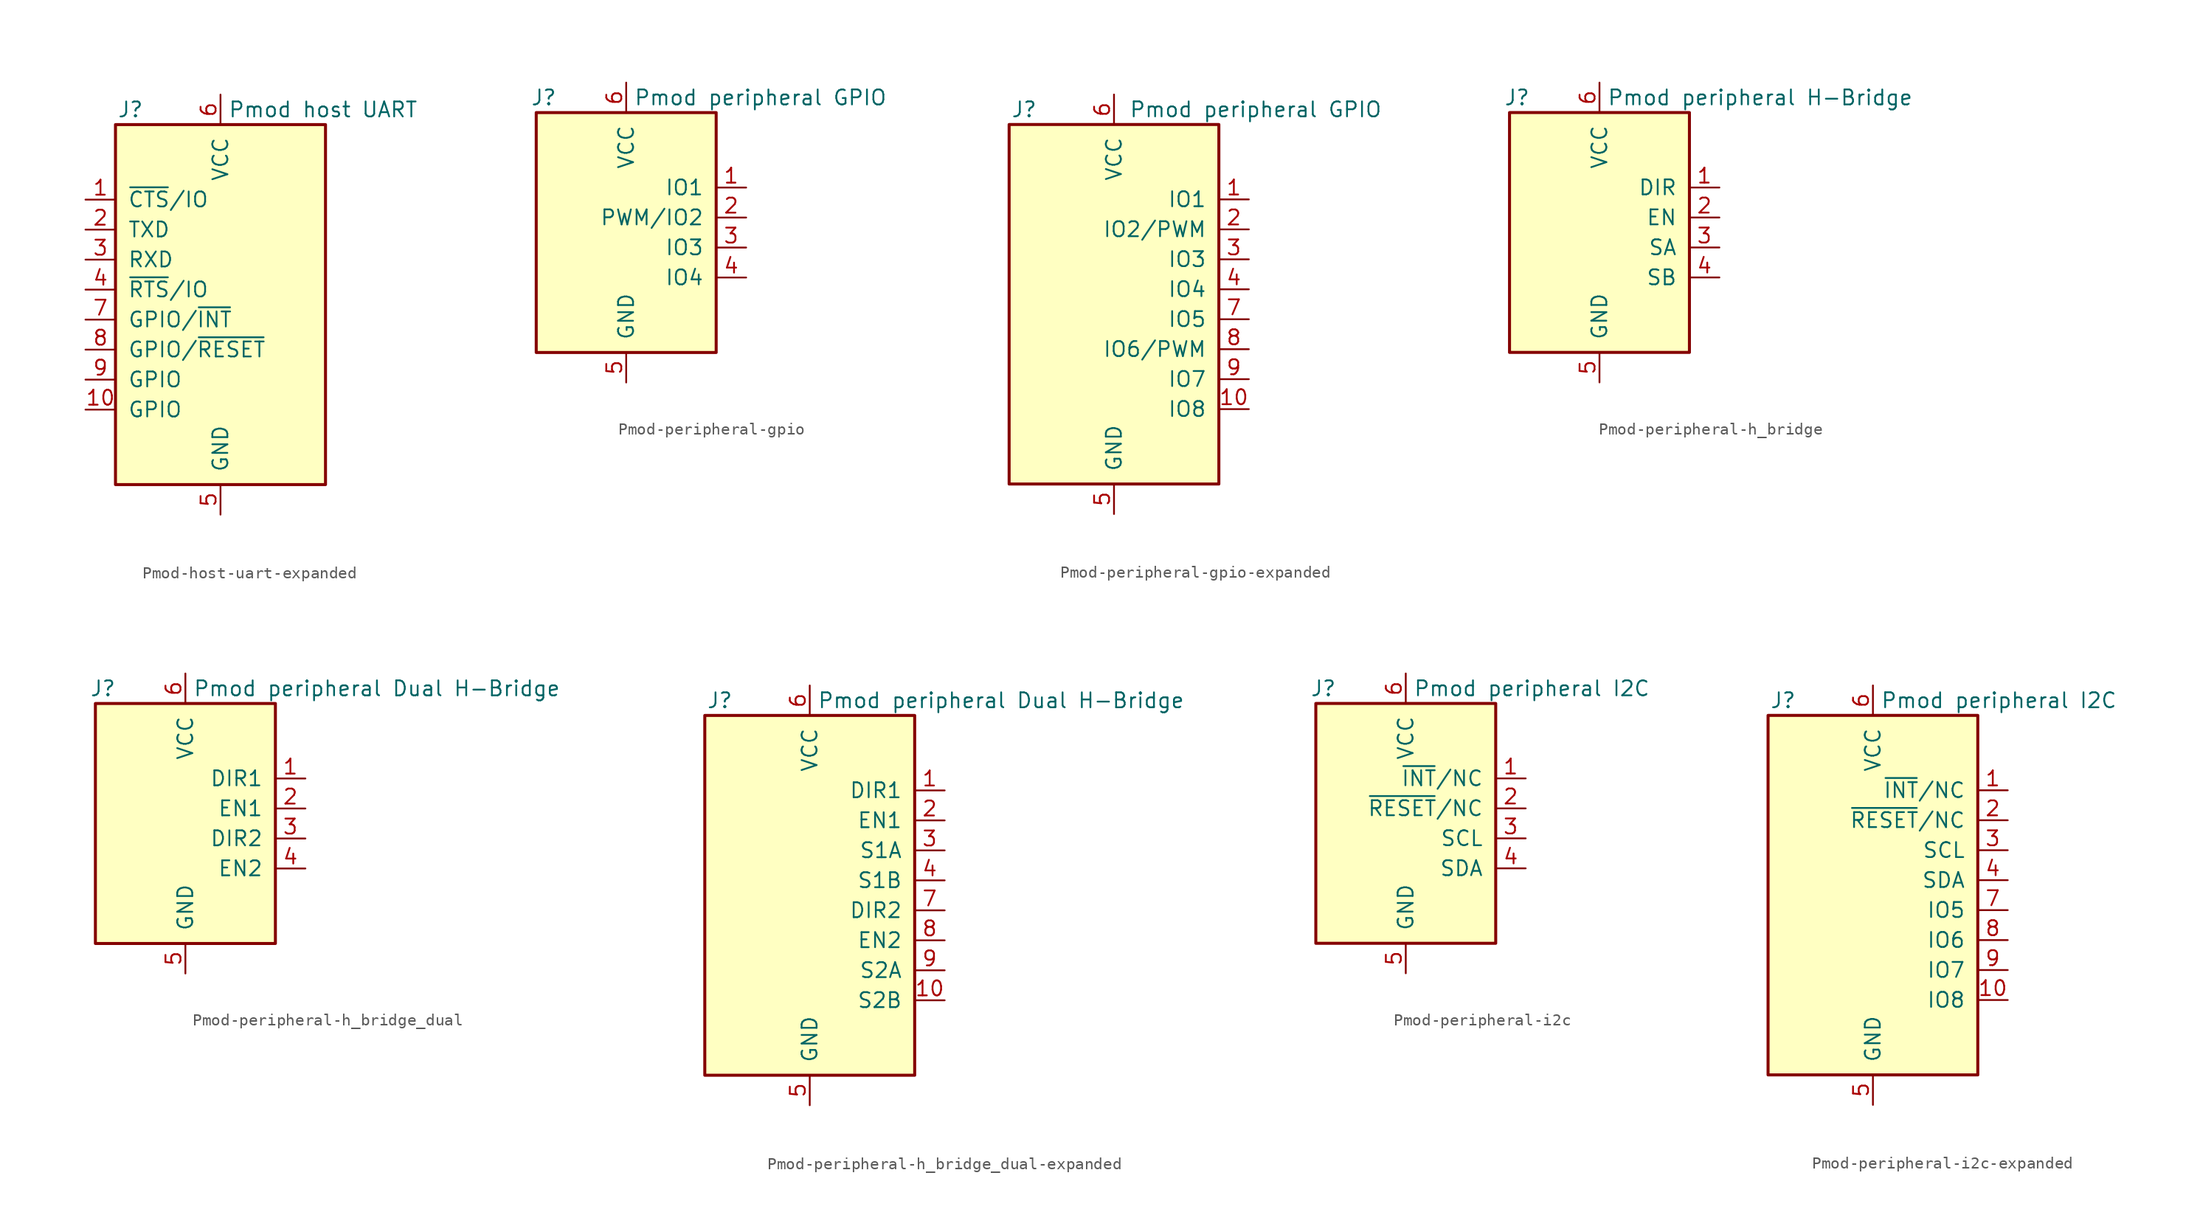
<source format=kicad_sym>
(kicad_symbol_lib
  (version 20220914)
  (generator kicad_symbol_editor)
  (symbol "Pmod-host-uart-expanded"
    (pin_names
      (offset 1.016))
    (property "Reference" "J"
      (at -7.62 16.51 0)
      (effects (font (size 1.27 1.27))))
    (property "Value" "Pmod host UART"
      (at 0.635 16.51 0)
      (effects (font (size 1.27 1.27)) (justify left)))
    (symbol "Pmod-host-uart-expanded_0_1"
      (rectangle (start -8.89 15.24) (end 8.89 -15.24) (stroke (width 0.254) (type default)) (fill (type background))))
    (symbol "Pmod-host-uart-expanded_1_1"
      (pin output line (at -11.43 8.89 0) (length 2.54) (name "~{CTS}/IO" (effects (font (size 1.27 1.27)))) (number "1" (effects (font (size 1.27 1.27)))))
      (pin bidirectional line (at -11.43 -8.89 0) (length 2.54) (name "GPIO" (effects (font (size 1.27 1.27)))) (number "10" (effects (font (size 1.27 1.27)))))
      (pin passive line (at 0 -17.78 90) (length 2.54) hide (name "GND" (effects (font (size 1.27 1.27)))) (number "11" (effects (font (size 1.27 1.27)))))
      (pin passive line (at 0 17.78 270) (length 2.54) hide (name "VCC" (effects (font (size 1.27 1.27)))) (number "12" (effects (font (size 1.27 1.27)))))
      (pin input line (at -11.43 6.35 0) (length 2.54) (name "TXD" (effects (font (size 1.27 1.27)))) (number "2" (effects (font (size 1.27 1.27)))))
      (pin output line (at -11.43 3.81 0) (length 2.54) (name "RXD" (effects (font (size 1.27 1.27)))) (number "3" (effects (font (size 1.27 1.27)))))
      (pin input line (at -11.43 1.27 0) (length 2.54) (name "~{RTS}/IO" (effects (font (size 1.27 1.27)))) (number "4" (effects (font (size 1.27 1.27)))))
      (pin power_in line (at 0 -17.78 90) (length 2.54) (name "GND" (effects (font (size 1.27 1.27)))) (number "5" (effects (font (size 1.27 1.27)))))
      (pin power_in line (at 0 17.78 270) (length 2.54) (name "VCC" (effects (font (size 1.27 1.27)))) (number "6" (effects (font (size 1.27 1.27)))))
      (pin bidirectional line (at -11.43 -1.27 0) (length 2.54) (name "GPIO/~{INT}" (effects (font (size 1.27 1.27)))) (number "7" (effects (font (size 1.27 1.27)))))
      (pin bidirectional line (at -11.43 -3.81 0) (length 2.54) (name "GPIO/~{RESET}" (effects (font (size 1.27 1.27)))) (number "8" (effects (font (size 1.27 1.27)))))
      (pin bidirectional line (at -11.43 -6.35 0) (length 2.54) (name "GPIO" (effects (font (size 1.27 1.27)))) (number "9" (effects (font (size 1.27 1.27)))))))
  (symbol "Pmod-peripheral-gpio"
    (pin_names
      (offset 1.016))
    (property "Reference" "J"
      (at -6.985 11.43 0)
      (effects (font (size 1.27 1.27))))
    (property "Value" "Pmod peripheral GPIO"
      (at 0.635 11.43 0)
      (effects (font (size 1.27 1.27)) (justify left)))
    (symbol "Pmod-peripheral-gpio_0_1"
      (rectangle (start -7.62 10.16) (end 7.62 -10.16) (stroke (width 0.254) (type default)) (fill (type background))))
    (symbol "Pmod-peripheral-gpio_1_1"
      (pin bidirectional line (at 10.16 3.81 180) (length 2.54) (name "IO1" (effects (font (size 1.27 1.27)))) (number "1" (effects (font (size 1.27 1.27)))))
      (pin bidirectional line (at 10.16 1.27 180) (length 2.54) (name "PWM/IO2" (effects (font (size 1.27 1.27)))) (number "2" (effects (font (size 1.27 1.27)))))
      (pin bidirectional line (at 10.16 -1.27 180) (length 2.54) (name "IO3" (effects (font (size 1.27 1.27)))) (number "3" (effects (font (size 1.27 1.27)))))
      (pin bidirectional line (at 10.16 -3.81 180) (length 2.54) (name "IO4" (effects (font (size 1.27 1.27)))) (number "4" (effects (font (size 1.27 1.27)))))
      (pin power_in line (at 0 -12.7 90) (length 2.54) (name "GND" (effects (font (size 1.27 1.27)))) (number "5" (effects (font (size 1.27 1.27)))))
      (pin power_in line (at 0 12.7 270) (length 2.54) (name "VCC" (effects (font (size 1.27 1.27)))) (number "6" (effects (font (size 1.27 1.27)))))))
  (symbol "Pmod-peripheral-gpio-expanded"
    (pin_names
      (offset 1.016))
    (property "Reference" "J"
      (at -7.62 16.51 0)
      (effects (font (size 1.27 1.27))))
    (property "Value" "Pmod peripheral GPIO"
      (at 1.27 16.51 0)
      (effects (font (size 1.27 1.27)) (justify left)))
    (symbol "Pmod-peripheral-gpio-expanded_0_1"
      (rectangle (start -8.89 15.24) (end 8.89 -15.24) (stroke (width 0.254) (type default)) (fill (type background))))
    (symbol "Pmod-peripheral-gpio-expanded_1_1"
      (pin bidirectional line (at 11.43 8.89 180) (length 2.54) (name "IO1" (effects (font (size 1.27 1.27)))) (number "1" (effects (font (size 1.27 1.27)))))
      (pin bidirectional line (at 11.43 -8.89 180) (length 2.54) (name "IO8" (effects (font (size 1.27 1.27)))) (number "10" (effects (font (size 1.27 1.27)))))
      (pin passive line (at 0 -17.78 90) (length 2.54) hide (name "GND" (effects (font (size 1.27 1.27)))) (number "11" (effects (font (size 1.27 1.27)))))
      (pin passive line (at 0 17.78 270) (length 2.54) hide (name "VCC" (effects (font (size 1.27 1.27)))) (number "12" (effects (font (size 1.27 1.27)))))
      (pin bidirectional line (at 11.43 6.35 180) (length 2.54) (name "IO2/PWM" (effects (font (size 1.27 1.27)))) (number "2" (effects (font (size 1.27 1.27)))))
      (pin bidirectional line (at 11.43 3.81 180) (length 2.54) (name "IO3" (effects (font (size 1.27 1.27)))) (number "3" (effects (font (size 1.27 1.27)))))
      (pin bidirectional line (at 11.43 1.27 180) (length 2.54) (name "IO4" (effects (font (size 1.27 1.27)))) (number "4" (effects (font (size 1.27 1.27)))))
      (pin power_in line (at 0 -17.78 90) (length 2.54) (name "GND" (effects (font (size 1.27 1.27)))) (number "5" (effects (font (size 1.27 1.27)))))
      (pin power_in line (at 0 17.78 270) (length 2.54) (name "VCC" (effects (font (size 1.27 1.27)))) (number "6" (effects (font (size 1.27 1.27)))))
      (pin bidirectional line (at 11.43 -1.27 180) (length 2.54) (name "IO5" (effects (font (size 1.27 1.27)))) (number "7" (effects (font (size 1.27 1.27)))))
      (pin bidirectional line (at 11.43 -3.81 180) (length 2.54) (name "IO6/PWM" (effects (font (size 1.27 1.27)))) (number "8" (effects (font (size 1.27 1.27)))))
      (pin bidirectional line (at 11.43 -6.35 180) (length 2.54) (name "IO7" (effects (font (size 1.27 1.27)))) (number "9" (effects (font (size 1.27 1.27)))))))
  (symbol "Pmod-peripheral-h_bridge"
    (pin_names
      (offset 1.016))
    (property "Reference" "J"
      (at -6.985 11.43 0)
      (effects (font (size 1.27 1.27))))
    (property "Value" "Pmod peripheral H-Bridge"
      (at 0.635 11.43 0)
      (effects (font (size 1.27 1.27)) (justify left)))
    (symbol "Pmod-peripheral-h_bridge_0_1"
      (rectangle (start -7.62 10.16) (end 7.62 -10.16) (stroke (width 0.254) (type default)) (fill (type background))))
    (symbol "Pmod-peripheral-h_bridge_1_1"
      (pin output line (at 10.16 3.81 180) (length 2.54) (name "DIR" (effects (font (size 1.27 1.27)))) (number "1" (effects (font (size 1.27 1.27)))))
      (pin output line (at 10.16 1.27 180) (length 2.54) (name "EN" (effects (font (size 1.27 1.27)))) (number "2" (effects (font (size 1.27 1.27)))))
      (pin input line (at 10.16 -1.27 180) (length 2.54) (name "SA" (effects (font (size 1.27 1.27)))) (number "3" (effects (font (size 1.27 1.27)))))
      (pin input line (at 10.16 -3.81 180) (length 2.54) (name "SB" (effects (font (size 1.27 1.27)))) (number "4" (effects (font (size 1.27 1.27)))))
      (pin power_in line (at 0 -12.7 90) (length 2.54) (name "GND" (effects (font (size 1.27 1.27)))) (number "5" (effects (font (size 1.27 1.27)))))
      (pin power_in line (at 0 12.7 270) (length 2.54) (name "VCC" (effects (font (size 1.27 1.27)))) (number "6" (effects (font (size 1.27 1.27)))))))
  (symbol "Pmod-peripheral-h_bridge_dual"
    (pin_names
      (offset 1.016))
    (property "Reference" "J"
      (at -6.985 11.43 0)
      (effects (font (size 1.27 1.27))))
    (property "Value" "Pmod peripheral Dual H-Bridge"
      (at 0.635 11.43 0)
      (effects (font (size 1.27 1.27)) (justify left)))
    (symbol "Pmod-peripheral-h_bridge_dual_0_1"
      (rectangle (start -7.62 10.16) (end 7.62 -10.16) (stroke (width 0.254) (type default)) (fill (type background))))
    (symbol "Pmod-peripheral-h_bridge_dual_1_1"
      (pin output line (at 10.16 3.81 180) (length 2.54) (name "DIR1" (effects (font (size 1.27 1.27)))) (number "1" (effects (font (size 1.27 1.27)))))
      (pin output line (at 10.16 1.27 180) (length 2.54) (name "EN1" (effects (font (size 1.27 1.27)))) (number "2" (effects (font (size 1.27 1.27)))))
      (pin output line (at 10.16 -1.27 180) (length 2.54) (name "DIR2" (effects (font (size 1.27 1.27)))) (number "3" (effects (font (size 1.27 1.27)))))
      (pin output line (at 10.16 -3.81 180) (length 2.54) (name "EN2" (effects (font (size 1.27 1.27)))) (number "4" (effects (font (size 1.27 1.27)))))
      (pin power_in line (at 0 -12.7 90) (length 2.54) (name "GND" (effects (font (size 1.27 1.27)))) (number "5" (effects (font (size 1.27 1.27)))))
      (pin power_in line (at 0 12.7 270) (length 2.54) (name "VCC" (effects (font (size 1.27 1.27)))) (number "6" (effects (font (size 1.27 1.27)))))))
  (symbol "Pmod-peripheral-h_bridge_dual-expanded"
    (pin_names
      (offset 1.016))
    (property "Reference" "J"
      (at -7.62 16.51 0)
      (effects (font (size 1.27 1.27))))
    (property "Value" "Pmod peripheral Dual H-Bridge"
      (at 0.635 16.51 0)
      (effects (font (size 1.27 1.27)) (justify left)))
    (symbol "Pmod-peripheral-h_bridge_dual-expanded_0_1"
      (rectangle (start -8.89 15.24) (end 8.89 -15.24) (stroke (width 0.254) (type default)) (fill (type background))))
    (symbol "Pmod-peripheral-h_bridge_dual-expanded_1_1"
      (pin output line (at 11.43 8.89 180) (length 2.54) (name "DIR1" (effects (font (size 1.27 1.27)))) (number "1" (effects (font (size 1.27 1.27)))))
      (pin input line (at 11.43 -8.89 180) (length 2.54) (name "S2B" (effects (font (size 1.27 1.27)))) (number "10" (effects (font (size 1.27 1.27)))))
      (pin passive line (at 0 -17.78 90) (length 2.54) hide (name "GND" (effects (font (size 1.27 1.27)))) (number "11" (effects (font (size 1.27 1.27)))))
      (pin passive line (at 0 17.78 270) (length 2.54) hide (name "VCC" (effects (font (size 1.27 1.27)))) (number "12" (effects (font (size 1.27 1.27)))))
      (pin output line (at 11.43 6.35 180) (length 2.54) (name "EN1" (effects (font (size 1.27 1.27)))) (number "2" (effects (font (size 1.27 1.27)))))
      (pin input line (at 11.43 3.81 180) (length 2.54) (name "S1A" (effects (font (size 1.27 1.27)))) (number "3" (effects (font (size 1.27 1.27)))))
      (pin input line (at 11.43 1.27 180) (length 2.54) (name "S1B" (effects (font (size 1.27 1.27)))) (number "4" (effects (font (size 1.27 1.27)))))
      (pin power_in line (at 0 -17.78 90) (length 2.54) (name "GND" (effects (font (size 1.27 1.27)))) (number "5" (effects (font (size 1.27 1.27)))))
      (pin power_in line (at 0 17.78 270) (length 2.54) (name "VCC" (effects (font (size 1.27 1.27)))) (number "6" (effects (font (size 1.27 1.27)))))
      (pin output line (at 11.43 -1.27 180) (length 2.54) (name "DIR2" (effects (font (size 1.27 1.27)))) (number "7" (effects (font (size 1.27 1.27)))))
      (pin output line (at 11.43 -3.81 180) (length 2.54) (name "EN2" (effects (font (size 1.27 1.27)))) (number "8" (effects (font (size 1.27 1.27)))))
      (pin input line (at 11.43 -6.35 180) (length 2.54) (name "S2A" (effects (font (size 1.27 1.27)))) (number "9" (effects (font (size 1.27 1.27)))))))
  (symbol "Pmod-peripheral-i2c"
    (pin_names
      (offset 1.016))
    (property "Reference" "J"
      (at -6.985 11.43 0)
      (effects (font (size 1.27 1.27))))
    (property "Value" "Pmod peripheral I2C"
      (at 0.635 11.43 0)
      (effects (font (size 1.27 1.27)) (justify left)))
    (symbol "Pmod-peripheral-i2c_0_1"
      (rectangle (start -7.62 10.16) (end 7.62 -10.16) (stroke (width 0.254) (type default)) (fill (type background))))
    (symbol "Pmod-peripheral-i2c_1_1"
      (pin input line (at 10.16 3.81 180) (length 2.54) (name "~{INT}/NC" (effects (font (size 1.27 1.27)))) (number "1" (effects (font (size 1.27 1.27)))))
      (pin output line (at 10.16 1.27 180) (length 2.54) (name "~{RESET}/NC" (effects (font (size 1.27 1.27)))) (number "2" (effects (font (size 1.27 1.27)))))
      (pin output line (at 10.16 -1.27 180) (length 2.54) (name "SCL" (effects (font (size 1.27 1.27)))) (number "3" (effects (font (size 1.27 1.27)))))
      (pin bidirectional line (at 10.16 -3.81 180) (length 2.54) (name "SDA" (effects (font (size 1.27 1.27)))) (number "4" (effects (font (size 1.27 1.27)))))
      (pin power_in line (at 0 -12.7 90) (length 2.54) (name "GND" (effects (font (size 1.27 1.27)))) (number "5" (effects (font (size 1.27 1.27)))))
      (pin power_in line (at 0 12.7 270) (length 2.54) (name "VCC" (effects (font (size 1.27 1.27)))) (number "6" (effects (font (size 1.27 1.27)))))))
  (symbol "Pmod-peripheral-i2c-expanded"
    (pin_names
      (offset 1.016))
    (property "Reference" "J"
      (at -7.62 16.51 0)
      (effects (font (size 1.27 1.27))))
    (property "Value" "Pmod peripheral I2C"
      (at 0.635 16.51 0)
      (effects (font (size 1.27 1.27)) (justify left)))
    (symbol "Pmod-peripheral-i2c-expanded_0_1"
      (rectangle (start -8.89 15.24) (end 8.89 -15.24) (stroke (width 0.254) (type default)) (fill (type background))))
    (symbol "Pmod-peripheral-i2c-expanded_1_1"
      (pin input line (at 11.43 8.89 180) (length 2.54) (name "~{INT}/NC" (effects (font (size 1.27 1.27)))) (number "1" (effects (font (size 1.27 1.27)))))
      (pin bidirectional line (at 11.43 -8.89 180) (length 2.54) (name "IO8" (effects (font (size 1.27 1.27)))) (number "10" (effects (font (size 1.27 1.27)))))
      (pin passive line (at 0 -17.78 90) (length 2.54) hide (name "GND" (effects (font (size 1.27 1.27)))) (number "11" (effects (font (size 1.27 1.27)))))
      (pin passive line (at 0 17.78 270) (length 2.54) hide (name "VCC" (effects (font (size 1.27 1.27)))) (number "12" (effects (font (size 1.27 1.27)))))
      (pin output line (at 11.43 6.35 180) (length 2.54) (name "~{RESET}/NC" (effects (font (size 1.27 1.27)))) (number "2" (effects (font (size 1.27 1.27)))))
      (pin output line (at 11.43 3.81 180) (length 2.54) (name "SCL" (effects (font (size 1.27 1.27)))) (number "3" (effects (font (size 1.27 1.27)))))
      (pin bidirectional line (at 11.43 1.27 180) (length 2.54) (name "SDA" (effects (font (size 1.27 1.27)))) (number "4" (effects (font (size 1.27 1.27)))))
      (pin power_in line (at 0 -17.78 90) (length 2.54) (name "GND" (effects (font (size 1.27 1.27)))) (number "5" (effects (font (size 1.27 1.27)))))
      (pin power_in line (at 0 17.78 270) (length 2.54) (name "VCC" (effects (font (size 1.27 1.27)))) (number "6" (effects (font (size 1.27 1.27)))))
      (pin bidirectional line (at 11.43 -1.27 180) (length 2.54) (name "IO5" (effects (font (size 1.27 1.27)))) (number "7" (effects (font (size 1.27 1.27)))))
      (pin bidirectional line (at 11.43 -3.81 180) (length 2.54) (name "IO6" (effects (font (size 1.27 1.27)))) (number "8" (effects (font (size 1.27 1.27)))))
      (pin bidirectional line (at 11.43 -6.35 180) (length 2.54) (name "IO7" (effects (font (size 1.27 1.27)))) (number "9" (effects (font (size 1.27 1.27))))))))
</source>
